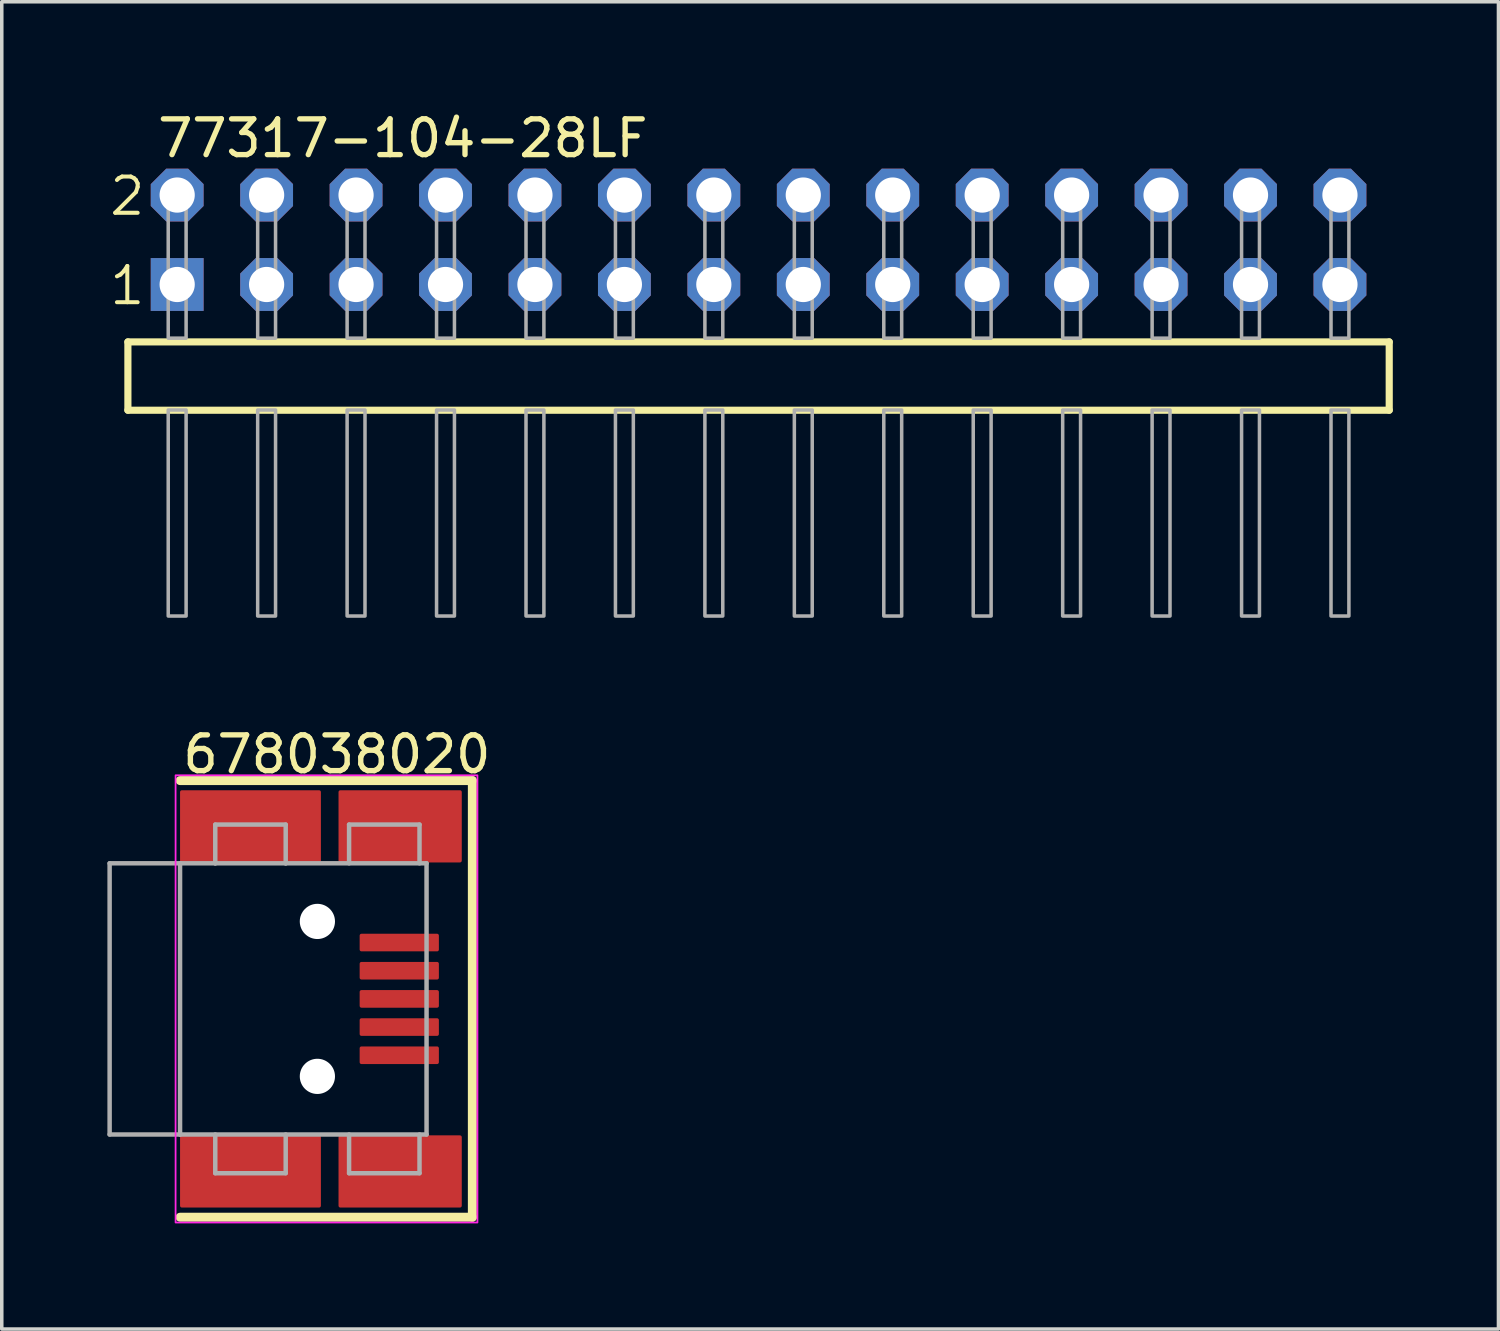
<source format=kicad_pcb>
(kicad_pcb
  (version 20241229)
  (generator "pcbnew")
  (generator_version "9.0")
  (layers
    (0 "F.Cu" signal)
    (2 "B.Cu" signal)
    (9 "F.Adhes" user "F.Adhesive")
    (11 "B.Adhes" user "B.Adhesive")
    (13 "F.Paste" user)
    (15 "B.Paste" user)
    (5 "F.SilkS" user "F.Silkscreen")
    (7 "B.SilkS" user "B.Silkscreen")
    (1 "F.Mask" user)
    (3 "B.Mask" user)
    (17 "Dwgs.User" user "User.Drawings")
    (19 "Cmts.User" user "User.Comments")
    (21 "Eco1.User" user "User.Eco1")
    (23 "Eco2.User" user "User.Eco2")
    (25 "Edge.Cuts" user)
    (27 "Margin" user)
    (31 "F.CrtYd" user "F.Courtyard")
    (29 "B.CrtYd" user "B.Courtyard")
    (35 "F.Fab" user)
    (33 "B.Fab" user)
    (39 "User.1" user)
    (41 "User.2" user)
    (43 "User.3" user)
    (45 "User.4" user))
  (footprint "77317-104-28LF"
    (layer "F.Cu")
    (at 35.001 2.489)
    (property "Reference" "77317-104-28LF" (at -33.655 -1.016 0) (layer "F.SilkS") (effects (font (size 1.016 1.016) (thickness 0.152)) (justify left bottom)))
    (attr through_hole)
    (fp_line (start -34.419 4.17) (end -34.419 6.11) (stroke (width 0.203) (type solid)) (layer "F.SilkS"))
    (fp_line (start -34.419 6.11) (end 1.399 6.11) (stroke (width 0.203) (type solid)) (layer "F.SilkS"))
    (fp_line (start 1.399 4.17) (end -34.419 4.17) (stroke (width 0.203) (type solid)) (layer "F.SilkS"))
    (fp_line (start 1.399 6.11) (end 1.399 4.17) (stroke (width 0.203) (type solid)) (layer "F.SilkS"))
    (fp_poly (pts (xy -33.274 4.064) (xy -32.766 4.064) (xy -32.766 -0.254) (xy -33.274 -0.254)) (stroke (width 0.1) (type default)) (fill no) (layer "F.Fab"))
    (fp_poly (pts (xy -33.274 11.954) (xy -32.766 11.954) (xy -32.766 6.104) (xy -33.274 6.104)) (stroke (width 0.1) (type default)) (fill no) (layer "F.Fab"))
    (fp_poly (pts (xy -30.734 4.064) (xy -30.226 4.064) (xy -30.226 -0.254) (xy -30.734 -0.254)) (stroke (width 0.1) (type default)) (fill no) (layer "F.Fab"))
    (fp_poly (pts (xy -30.734 11.954) (xy -30.226 11.954) (xy -30.226 6.104) (xy -30.734 6.104)) (stroke (width 0.1) (type default)) (fill no) (layer "F.Fab"))
    (fp_poly (pts (xy -28.194 4.064) (xy -27.686 4.064) (xy -27.686 -0.254) (xy -28.194 -0.254)) (stroke (width 0.1) (type default)) (fill no) (layer "F.Fab"))
    (fp_poly (pts (xy -28.194 11.954) (xy -27.686 11.954) (xy -27.686 6.104) (xy -28.194 6.104)) (stroke (width 0.1) (type default)) (fill no) (layer "F.Fab"))
    (fp_poly (pts (xy -25.654 4.064) (xy -25.146 4.064) (xy -25.146 -0.254) (xy -25.654 -0.254)) (stroke (width 0.1) (type default)) (fill no) (layer "F.Fab"))
    (fp_poly (pts (xy -25.654 11.954) (xy -25.146 11.954) (xy -25.146 6.104) (xy -25.654 6.104)) (stroke (width 0.1) (type default)) (fill no) (layer "F.Fab"))
    (fp_poly (pts (xy -23.114 4.064) (xy -22.606 4.064) (xy -22.606 -0.254) (xy -23.114 -0.254)) (stroke (width 0.1) (type default)) (fill no) (layer "F.Fab"))
    (fp_poly (pts (xy -23.114 11.954) (xy -22.606 11.954) (xy -22.606 6.104) (xy -23.114 6.104)) (stroke (width 0.1) (type default)) (fill no) (layer "F.Fab"))
    (fp_poly (pts (xy -20.574 4.064) (xy -20.066 4.064) (xy -20.066 -0.254) (xy -20.574 -0.254)) (stroke (width 0.1) (type default)) (fill no) (layer "F.Fab"))
    (fp_poly (pts (xy -20.574 11.954) (xy -20.066 11.954) (xy -20.066 6.104) (xy -20.574 6.104)) (stroke (width 0.1) (type default)) (fill no) (layer "F.Fab"))
    (fp_poly (pts (xy -18.034 4.064) (xy -17.526 4.064) (xy -17.526 -0.254) (xy -18.034 -0.254)) (stroke (width 0.1) (type default)) (fill no) (layer "F.Fab"))
    (fp_poly (pts (xy -18.034 11.954) (xy -17.526 11.954) (xy -17.526 6.104) (xy -18.034 6.104)) (stroke (width 0.1) (type default)) (fill no) (layer "F.Fab"))
    (fp_poly (pts (xy -15.494 4.064) (xy -14.986 4.064) (xy -14.986 -0.254) (xy -15.494 -0.254)) (stroke (width 0.1) (type default)) (fill no) (layer "F.Fab"))
    (fp_poly (pts (xy -15.494 11.954) (xy -14.986 11.954) (xy -14.986 6.104) (xy -15.494 6.104)) (stroke (width 0.1) (type default)) (fill no) (layer "F.Fab"))
    (fp_poly (pts (xy -12.954 4.064) (xy -12.446 4.064) (xy -12.446 -0.254) (xy -12.954 -0.254)) (stroke (width 0.1) (type default)) (fill no) (layer "F.Fab"))
    (fp_poly (pts (xy -12.954 11.954) (xy -12.446 11.954) (xy -12.446 6.104) (xy -12.954 6.104)) (stroke (width 0.1) (type default)) (fill no) (layer "F.Fab"))
    (fp_poly (pts (xy -10.414 4.064) (xy -9.906 4.064) (xy -9.906 -0.254) (xy -10.414 -0.254)) (stroke (width 0.1) (type default)) (fill no) (layer "F.Fab"))
    (fp_poly (pts (xy -10.414 11.954) (xy -9.906 11.954) (xy -9.906 6.104) (xy -10.414 6.104)) (stroke (width 0.1) (type default)) (fill no) (layer "F.Fab"))
    (fp_poly (pts (xy -7.874 4.064) (xy -7.366 4.064) (xy -7.366 -0.254) (xy -7.874 -0.254)) (stroke (width 0.1) (type default)) (fill no) (layer "F.Fab"))
    (fp_poly (pts (xy -7.874 11.954) (xy -7.366 11.954) (xy -7.366 6.104) (xy -7.874 6.104)) (stroke (width 0.1) (type default)) (fill no) (layer "F.Fab"))
    (fp_poly (pts (xy -5.334 4.064) (xy -4.826 4.064) (xy -4.826 -0.254) (xy -5.334 -0.254)) (stroke (width 0.1) (type default)) (fill no) (layer "F.Fab"))
    (fp_poly (pts (xy -5.334 11.954) (xy -4.826 11.954) (xy -4.826 6.104) (xy -5.334 6.104)) (stroke (width 0.1) (type default)) (fill no) (layer "F.Fab"))
    (fp_poly (pts (xy -2.794 4.064) (xy -2.286 4.064) (xy -2.286 -0.254) (xy -2.794 -0.254)) (stroke (width 0.1) (type default)) (fill no) (layer "F.Fab"))
    (fp_poly (pts (xy -2.794 11.954) (xy -2.286 11.954) (xy -2.286 6.104) (xy -2.794 6.104)) (stroke (width 0.1) (type default)) (fill no) (layer "F.Fab"))
    (fp_poly (pts (xy -0.254 4.064) (xy 0.254 4.064) (xy 0.254 -0.254) (xy -0.254 -0.254)) (stroke (width 0.1) (type default)) (fill no) (layer "F.Fab"))
    (fp_poly (pts (xy -0.254 11.954) (xy 0.254 11.954) (xy 0.254 6.104) (xy -0.254 6.104)) (stroke (width 0.1) (type default)) (fill no) (layer "F.Fab"))
    (fp_text user "1" (at -35.001 3.175 0) (layer "F.SilkS") (effects (font (size 1.029 1.029) (thickness 0.114)) (justify left bottom)))
    (fp_text user "2" (at -35.001 0.635 0) (layer "F.SilkS") (effects (font (size 1.029 1.029) (thickness 0.114)) (justify left bottom)))
    (pad "1" thru_hole rect (at -33.02 2.54) (size 1.5 1.5) (drill 1) (layers "*.Cu" "*.Mask"))
    (pad "2" thru_hole roundrect (at -33.02 0) (size 1.5 1.5) (drill 1) (layers "*.Cu" "*.Mask") (roundrect_rratio 0.25) (chamfer_ratio 0.293) (chamfer top_left top_right bottom_left bottom_right))
    (pad "3" thru_hole roundrect (at -30.48 2.54) (size 1.5 1.5) (drill 1) (layers "*.Cu" "*.Mask") (roundrect_rratio 0.25) (chamfer_ratio 0.293) (chamfer top_left top_right bottom_left bottom_right))
    (pad "4" thru_hole roundrect (at -30.48 0) (size 1.5 1.5) (drill 1) (layers "*.Cu" "*.Mask") (roundrect_rratio 0.25) (chamfer_ratio 0.293) (chamfer top_left top_right bottom_left bottom_right))
    (pad "5" thru_hole roundrect (at -27.94 2.54) (size 1.5 1.5) (drill 1) (layers "*.Cu" "*.Mask") (roundrect_rratio 0.25) (chamfer_ratio 0.293) (chamfer top_left top_right bottom_left bottom_right))
    (pad "6" thru_hole roundrect (at -27.94 0) (size 1.5 1.5) (drill 1) (layers "*.Cu" "*.Mask") (roundrect_rratio 0.25) (chamfer_ratio 0.293) (chamfer top_left top_right bottom_left bottom_right))
    (pad "7" thru_hole roundrect (at -25.4 2.54) (size 1.5 1.5) (drill 1) (layers "*.Cu" "*.Mask") (roundrect_rratio 0.25) (chamfer_ratio 0.293) (chamfer top_left top_right bottom_left bottom_right))
    (pad "8" thru_hole roundrect (at -25.4 0) (size 1.5 1.5) (drill 1) (layers "*.Cu" "*.Mask") (roundrect_rratio 0.25) (chamfer_ratio 0.293) (chamfer top_left top_right bottom_left bottom_right))
    (pad "9" thru_hole roundrect (at -22.86 2.54) (size 1.5 1.5) (drill 1) (layers "*.Cu" "*.Mask") (roundrect_rratio 0.25) (chamfer_ratio 0.293) (chamfer top_left top_right bottom_left bottom_right))
    (pad "10" thru_hole roundrect (at -22.86 0) (size 1.5 1.5) (drill 1) (layers "*.Cu" "*.Mask") (roundrect_rratio 0.25) (chamfer_ratio 0.293) (chamfer top_left top_right bottom_left bottom_right))
    (pad "11" thru_hole roundrect (at -20.32 2.54) (size 1.5 1.5) (drill 1) (layers "*.Cu" "*.Mask") (roundrect_rratio 0.25) (chamfer_ratio 0.293) (chamfer top_left top_right bottom_left bottom_right))
    (pad "12" thru_hole roundrect (at -20.32 0) (size 1.5 1.5) (drill 1) (layers "*.Cu" "*.Mask") (roundrect_rratio 0.25) (chamfer_ratio 0.293) (chamfer top_left top_right bottom_left bottom_right))
    (pad "13" thru_hole roundrect (at -17.78 2.54) (size 1.5 1.5) (drill 1) (layers "*.Cu" "*.Mask") (roundrect_rratio 0.25) (chamfer_ratio 0.293) (chamfer top_left top_right bottom_left bottom_right))
    (pad "14" thru_hole roundrect (at -17.78 0) (size 1.5 1.5) (drill 1) (layers "*.Cu" "*.Mask") (roundrect_rratio 0.25) (chamfer_ratio 0.293) (chamfer top_left top_right bottom_left bottom_right))
    (pad "15" thru_hole roundrect (at -15.24 2.54) (size 1.5 1.5) (drill 1) (layers "*.Cu" "*.Mask") (roundrect_rratio 0.25) (chamfer_ratio 0.293) (chamfer top_left top_right bottom_left bottom_right))
    (pad "16" thru_hole roundrect (at -15.24 0) (size 1.5 1.5) (drill 1) (layers "*.Cu" "*.Mask") (roundrect_rratio 0.25) (chamfer_ratio 0.293) (chamfer top_left top_right bottom_left bottom_right))
    (pad "17" thru_hole roundrect (at -12.7 2.54) (size 1.5 1.5) (drill 1) (layers "*.Cu" "*.Mask") (roundrect_rratio 0.25) (chamfer_ratio 0.293) (chamfer top_left top_right bottom_left bottom_right))
    (pad "18" thru_hole roundrect (at -12.7 0) (size 1.5 1.5) (drill 1) (layers "*.Cu" "*.Mask") (roundrect_rratio 0.25) (chamfer_ratio 0.293) (chamfer top_left top_right bottom_left bottom_right))
    (pad "19" thru_hole roundrect (at -10.16 2.54) (size 1.5 1.5) (drill 1) (layers "*.Cu" "*.Mask") (roundrect_rratio 0.25) (chamfer_ratio 0.293) (chamfer top_left top_right bottom_left bottom_right))
    (pad "20" thru_hole roundrect (at -10.16 0) (size 1.5 1.5) (drill 1) (layers "*.Cu" "*.Mask") (roundrect_rratio 0.25) (chamfer_ratio 0.293) (chamfer top_left top_right bottom_left bottom_right))
    (pad "21" thru_hole roundrect (at -7.62 2.54) (size 1.5 1.5) (drill 1) (layers "*.Cu" "*.Mask") (roundrect_rratio 0.25) (chamfer_ratio 0.293) (chamfer top_left top_right bottom_left bottom_right))
    (pad "22" thru_hole roundrect (at -7.62 0) (size 1.5 1.5) (drill 1) (layers "*.Cu" "*.Mask") (roundrect_rratio 0.25) (chamfer_ratio 0.293) (chamfer top_left top_right bottom_left bottom_right))
    (pad "23" thru_hole roundrect (at -5.08 2.54) (size 1.5 1.5) (drill 1) (layers "*.Cu" "*.Mask") (roundrect_rratio 0.25) (chamfer_ratio 0.293) (chamfer top_left top_right bottom_left bottom_right))
    (pad "24" thru_hole roundrect (at -5.08 0) (size 1.5 1.5) (drill 1) (layers "*.Cu" "*.Mask") (roundrect_rratio 0.25) (chamfer_ratio 0.293) (chamfer top_left top_right bottom_left bottom_right))
    (pad "25" thru_hole roundrect (at -2.54 2.54) (size 1.5 1.5) (drill 1) (layers "*.Cu" "*.Mask") (roundrect_rratio 0.25) (chamfer_ratio 0.293) (chamfer top_left top_right bottom_left bottom_right))
    (pad "26" thru_hole roundrect (at -2.54 0) (size 1.5 1.5) (drill 1) (layers "*.Cu" "*.Mask") (roundrect_rratio 0.25) (chamfer_ratio 0.293) (chamfer top_left top_right bottom_left bottom_right))
    (pad "27" thru_hole roundrect (at 0 2.54) (size 1.5 1.5) (drill 1) (layers "*.Cu" "*.Mask") (roundrect_rratio 0.25) (chamfer_ratio 0.293) (chamfer top_left top_right bottom_left bottom_right))
    (pad "28" thru_hole roundrect (at 0 0) (size 1.5 1.5) (drill 1) (layers "*.Cu" "*.Mask") (roundrect_rratio 0.25) (chamfer_ratio 0.293) (chamfer top_left top_right bottom_left bottom_right)))
  (footprint "678038020"
    (layer "F.Cu")
    (at 2.063 25.316)
    (property "Reference" "678038020" (at 0 -6.35 0) (layer "F.SilkS") (effects (font (size 1.016 1.016) (thickness 0.152)) (justify left bottom)))
    (attr smd)
    (fp_line (start 0 -6.2) (end 8.3 -6.2) (stroke (width 0.254) (type solid)) (layer "F.SilkS"))
    (fp_line (start 8.3 -6.2) (end 8.3 6.2) (stroke (width 0.254) (type solid)) (layer "F.SilkS"))
    (fp_line (start 8.3 6.2) (end 0 6.2) (stroke (width 0.254) (type solid)) (layer "F.SilkS"))
    (fp_rect (start -0.127 -6.35) (end 8.445 6.35) (stroke (width 0.05) (type default)) (fill no) (layer "F.CrtYd"))
    (fp_line (start -2 -3.85) (end 0 -3.85) (stroke (width 0.127) (type solid)) (layer "F.Fab"))
    (fp_line (start -2 3.85) (end -2 -3.85) (stroke (width 0.127) (type solid)) (layer "F.Fab"))
    (fp_line (start -2 3.85) (end 0 3.85) (stroke (width 0.127) (type solid)) (layer "F.Fab"))
    (fp_line (start 0 -3.85) (end 1 -3.85) (stroke (width 0.127) (type solid)) (layer "F.Fab"))
    (fp_line (start 0 3.85) (end 0 -3.85) (stroke (width 0.127) (type solid)) (layer "F.Fab"))
    (fp_line (start 0 3.85) (end 7 3.85) (stroke (width 0.127) (type solid)) (layer "F.Fab"))
    (fp_line (start 1 -4.95) (end 3 -4.95) (stroke (width 0.127) (type solid)) (layer "F.Fab"))
    (fp_line (start 1 -3.85) (end 1 -4.95) (stroke (width 0.127) (type solid)) (layer "F.Fab"))
    (fp_line (start 1 -3.85) (end 3 -3.85) (stroke (width 0.127) (type solid)) (layer "F.Fab"))
    (fp_line (start 1 3.85) (end 1 4.95) (stroke (width 0.127) (type solid)) (layer "F.Fab"))
    (fp_line (start 3 -3.85) (end 3 -4.95) (stroke (width 0.127) (type solid)) (layer "F.Fab"))
    (fp_line (start 3 -3.85) (end 7 -3.85) (stroke (width 0.127) (type solid)) (layer "F.Fab"))
    (fp_line (start 3 3.85) (end 3 4.95) (stroke (width 0.127) (type solid)) (layer "F.Fab"))
    (fp_line (start 3 4.95) (end 1 4.95) (stroke (width 0.127) (type solid)) (layer "F.Fab"))
    (fp_line (start 4.8 -4.95) (end 6.8 -4.95) (stroke (width 0.127) (type solid)) (layer "F.Fab"))
    (fp_line (start 4.8 -3.85) (end 4.8 -4.95) (stroke (width 0.127) (type solid)) (layer "F.Fab"))
    (fp_line (start 4.8 3.85) (end 4.8 4.95) (stroke (width 0.127) (type solid)) (layer "F.Fab"))
    (fp_line (start 6.8 -3.85) (end 6.8 -4.95) (stroke (width 0.127) (type solid)) (layer "F.Fab"))
    (fp_line (start 6.8 3.85) (end 6.8 4.95) (stroke (width 0.127) (type solid)) (layer "F.Fab"))
    (fp_line (start 6.8 4.95) (end 4.8 4.95) (stroke (width 0.127) (type solid)) (layer "F.Fab"))
    (fp_line (start 7 3.85) (end 7 -3.85) (stroke (width 0.127) (type solid)) (layer "F.Fab"))
    (pad "" np_thru_hole circle (at 3.9 -2.2) (size 1 1) (drill 1) (layers "*.Cu" "*.Mask"))
    (pad "" np_thru_hole circle (at 3.9 2.2) (size 1 1) (drill 1) (layers "*.Cu" "*.Mask"))
    (pad "1" smd roundrect (at 6.225 -1.6) (size 2.25 0.5) (layers "F.Cu" "F.Mask" "F.Paste") (roundrect_rratio 0.102))
    (pad "2" smd roundrect (at 6.225 -0.8) (size 2.25 0.5) (layers "F.Cu" "F.Mask" "F.Paste") (roundrect_rratio 0.102))
    (pad "3" smd roundrect (at 6.225 0) (size 2.25 0.5) (layers "F.Cu" "F.Mask" "F.Paste") (roundrect_rratio 0.102))
    (pad "4" smd roundrect (at 6.225 0.8) (size 2.25 0.5) (layers "F.Cu" "F.Mask" "F.Paste") (roundrect_rratio 0.102))
    (pad "5" smd roundrect (at 6.225 1.6) (size 2.25 0.5) (layers "F.Cu" "F.Mask" "F.Paste") (roundrect_rratio 0.102))
    (pad "SH1.1" smd roundrect (at 2 4.9) (size 4 2.05) (layers "F.Cu" "F.Mask" "F.Paste") (roundrect_rratio 0.025))
    (pad "SH1.1" smd roundrect (at 6.25 4.9) (size 3.5 2.05) (layers "F.Cu" "F.Mask" "F.Paste") (roundrect_rratio 0.025))
    (pad "SH2.2" smd roundrect (at 2 -4.9) (size 4 2.05) (layers "F.Cu" "F.Mask" "F.Paste") (roundrect_rratio 0.025))
    (pad "SH2.2" smd roundrect (at 6.25 -4.9) (size 3.5 2.05) (layers "F.Cu" "F.Mask" "F.Paste") (roundrect_rratio 0.025))
    (zone (net_name "") (layer "F.Cu") (hatch edge 0.5) (connect_pads) (min_thickness 0.25) (filled_areas_thickness no) (keepout (tracks not_allowed) (vias not_allowed) (pads not_allowed) (copperpour not_allowed) (footprints allowed)) (placement (enabled no)) (fill) (polygon (pts (xy 2.063 28.416) (xy 3.264 28.416) (xy 3.264 22.216) (xy 2.063 22.216)))))
  (gr_rect
    (start -3 -3)
    (end 39.502 34.691)
    (stroke (width 0.1) (type default))
    (fill no)
    (layer "Edge.Cuts")))
</source>
